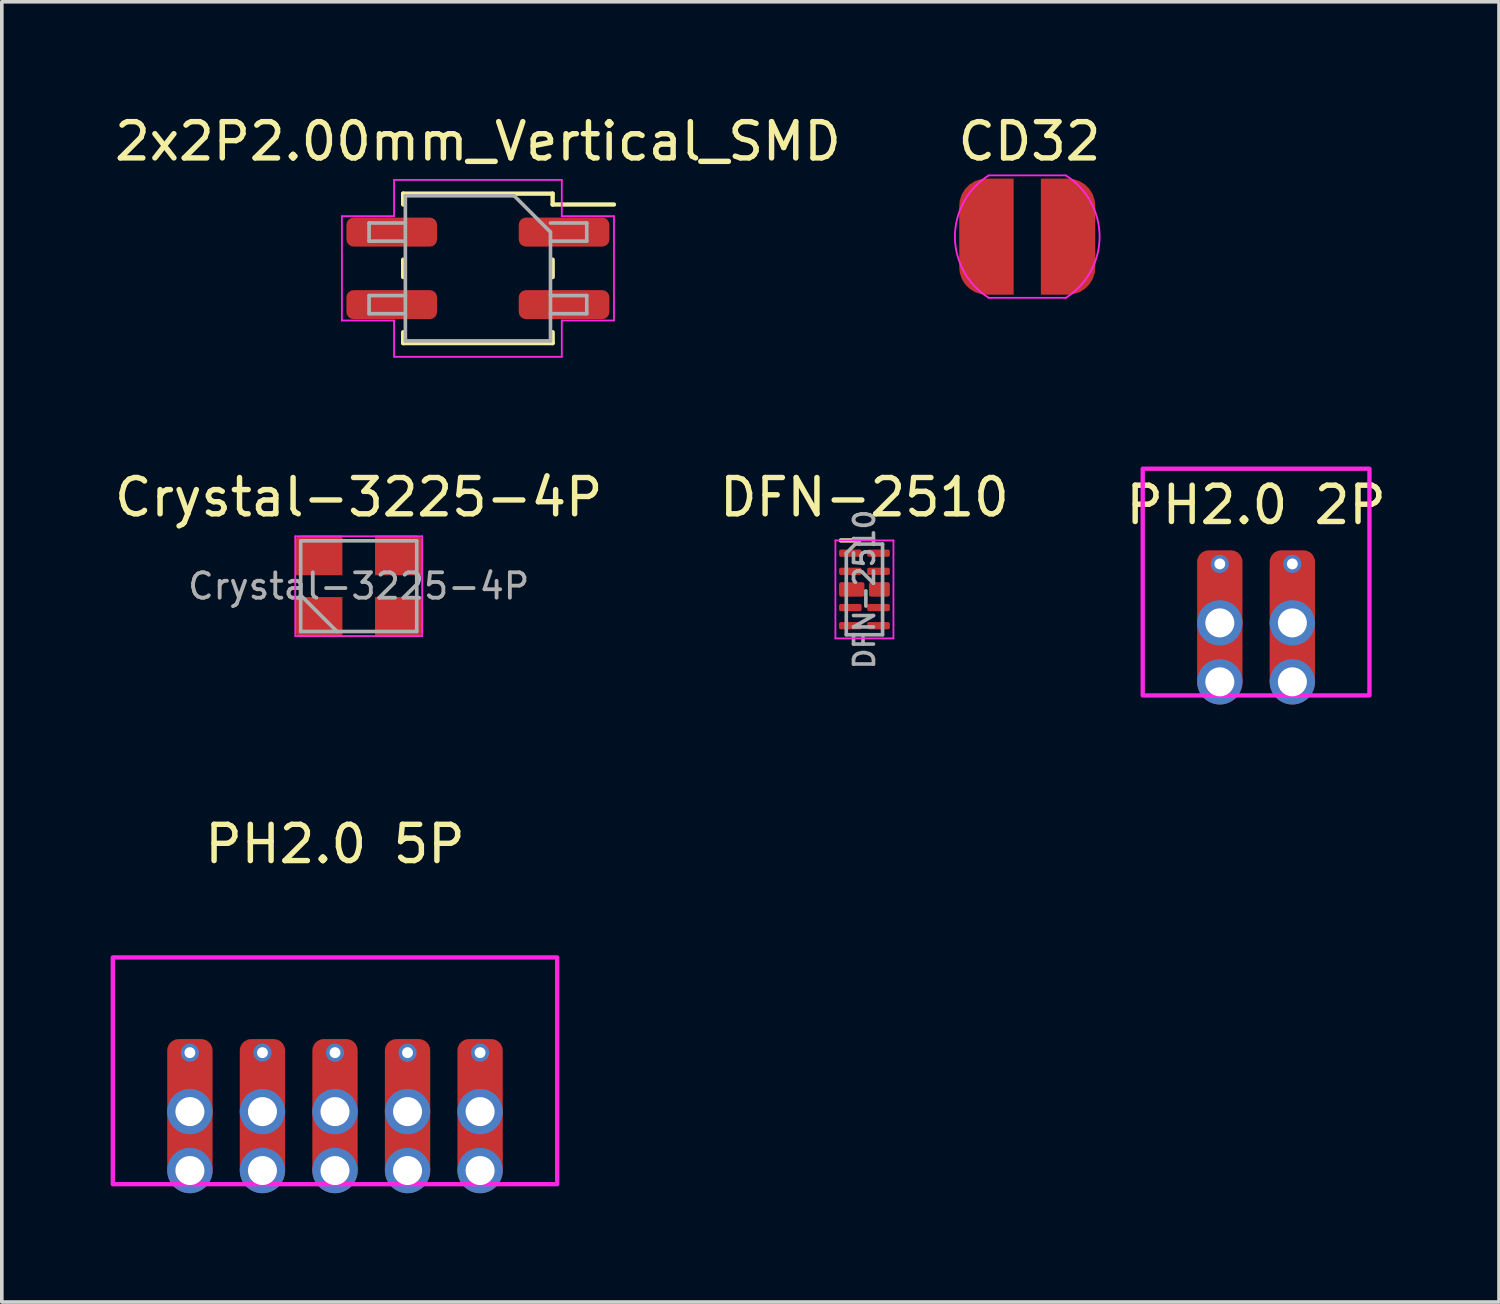
<source format=kicad_pcb>
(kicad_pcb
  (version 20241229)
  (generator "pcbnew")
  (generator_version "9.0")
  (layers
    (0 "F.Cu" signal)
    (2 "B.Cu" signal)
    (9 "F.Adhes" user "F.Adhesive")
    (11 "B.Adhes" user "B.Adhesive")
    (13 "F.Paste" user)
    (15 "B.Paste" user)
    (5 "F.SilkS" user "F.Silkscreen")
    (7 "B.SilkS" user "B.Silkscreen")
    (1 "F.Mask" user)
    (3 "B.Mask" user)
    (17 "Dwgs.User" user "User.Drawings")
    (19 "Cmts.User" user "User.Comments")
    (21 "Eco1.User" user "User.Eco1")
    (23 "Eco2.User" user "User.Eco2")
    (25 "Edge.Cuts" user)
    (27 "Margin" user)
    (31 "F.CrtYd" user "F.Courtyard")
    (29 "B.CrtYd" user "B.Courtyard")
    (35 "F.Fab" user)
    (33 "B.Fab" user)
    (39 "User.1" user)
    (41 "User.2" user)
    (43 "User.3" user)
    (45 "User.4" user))
  (footprint "PH2.0 5P"
    (layer "F.Cu")
    (at 6.185 29.219)
    (property "Reference" "PH2.0 5P" (at 0 -9 0) (unlocked yes) (layer "F.SilkS") (effects (font (size 1 1) (thickness 0.15))))
    (attr through_hole)
    (fp_rect (start -6.125 -5.875) (end 6.125 0.375) (stroke (width 0.12) (type default)) (fill no) (layer "F.CrtYd"))
    (pad "1" thru_hole circle (at -4 -3.25) (size 0.5 0.5) (drill 0.3) (property pad_prop_heatsink) (layers "*.Cu"))
    (pad "1" smd roundrect (at -4 -1.812) (size 1.25 3.625) (layers "F.Cu" "F.Mask") (roundrect_rratio 0.25) (chamfer_ratio 0) (chamfer bottom_left bottom_right))
    (pad "1" thru_hole circle (at -4 -1.625) (size 1.25 1.25) (drill 0.8) (layers "*.Cu" "*.Mask"))
    (pad "1" thru_hole circle (at -4 0) (size 1.25 1.25) (drill 0.8) (layers "*.Cu" "*.Mask"))
    (pad "2" thru_hole circle (at -2 -3.25) (size 0.5 0.5) (drill 0.3) (property pad_prop_heatsink) (layers "*.Cu"))
    (pad "2" smd roundrect (at -2 -1.812) (size 1.25 3.625) (layers "F.Cu" "F.Mask") (roundrect_rratio 0.25) (chamfer_ratio 0) (chamfer bottom_left bottom_right))
    (pad "2" thru_hole circle (at -2 -1.625) (size 1.25 1.25) (drill 0.8) (layers "*.Cu" "*.Mask"))
    (pad "2" thru_hole circle (at -2 0) (size 1.25 1.25) (drill 0.8) (layers "*.Cu" "*.Mask"))
    (pad "3" thru_hole circle (at 0 -3.25) (size 0.5 0.5) (drill 0.3) (property pad_prop_heatsink) (layers "*.Cu"))
    (pad "3" smd roundrect (at 0 -1.812) (size 1.25 3.625) (layers "F.Cu" "F.Mask") (roundrect_rratio 0.25) (chamfer_ratio 0) (chamfer bottom_left bottom_right))
    (pad "3" thru_hole circle (at 0 -1.625) (size 1.25 1.25) (drill 0.8) (layers "*.Cu" "*.Mask"))
    (pad "3" thru_hole circle (at 0 0) (size 1.25 1.25) (drill 0.8) (layers "*.Cu" "*.Mask"))
    (pad "4" thru_hole circle (at 2 -3.25) (size 0.5 0.5) (drill 0.3) (property pad_prop_heatsink) (layers "*.Cu"))
    (pad "4" smd roundrect (at 2 -1.812) (size 1.25 3.625) (layers "F.Cu" "F.Mask") (roundrect_rratio 0.25) (chamfer_ratio 0) (chamfer bottom_left bottom_right))
    (pad "4" thru_hole circle (at 2 -1.625) (size 1.25 1.25) (drill 0.8) (layers "*.Cu" "*.Mask"))
    (pad "4" thru_hole circle (at 2 0) (size 1.25 1.25) (drill 0.8) (layers "*.Cu" "*.Mask"))
    (pad "5" thru_hole circle (at 4 -3.25) (size 0.5 0.5) (drill 0.3) (property pad_prop_heatsink) (layers "*.Cu"))
    (pad "5" smd roundrect (at 4 -1.812) (size 1.25 3.625) (layers "F.Cu" "F.Mask") (roundrect_rratio 0.25) (chamfer_ratio 0) (chamfer bottom_left bottom_right))
    (pad "5" thru_hole circle (at 4 -1.625) (size 1.25 1.25) (drill 0.8) (layers "*.Cu" "*.Mask"))
    (pad "5" thru_hole circle (at 4 0) (size 1.25 1.25) (drill 0.8) (layers "*.Cu" "*.Mask")))
  (footprint "Crystal-3225-4P"
    (layer "F.Cu")
    (at 6.839 13.109)
    (property "Reference" "Crystal-3225-4P" (at 0 -2.45 0) (layer "F.SilkS") (effects (font (size 1 1) (thickness 0.15))))
    (attr smd)
    (fp_line (start -1.75 -1.375) (end -1.75 1.375) (stroke (width 0.05) (type solid)) (layer "F.CrtYd"))
    (fp_line (start -1.75 1.375) (end 1.75 1.375) (stroke (width 0.05) (type solid)) (layer "F.CrtYd"))
    (fp_line (start 1.75 -1.375) (end -1.75 -1.375) (stroke (width 0.05) (type solid)) (layer "F.CrtYd"))
    (fp_line (start 1.75 1.375) (end 1.75 -1.375) (stroke (width 0.05) (type solid)) (layer "F.CrtYd"))
    (fp_line (start -1.6 -1.25) (end -1.6 1.25) (stroke (width 0.1) (type solid)) (layer "F.Fab"))
    (fp_line (start -1.6 0.25) (end -0.6 1.25) (stroke (width 0.1) (type solid)) (layer "F.Fab"))
    (fp_line (start -1.6 1.25) (end 1.6 1.25) (stroke (width 0.1) (type solid)) (layer "F.Fab"))
    (fp_line (start 1.6 -1.25) (end -1.6 -1.25) (stroke (width 0.1) (type solid)) (layer "F.Fab"))
    (fp_line (start 1.6 1.25) (end 1.6 -1.25) (stroke (width 0.1) (type solid)) (layer "F.Fab"))
    (fp_text user "${REFERENCE}" (at 0 0 0) (layer "F.Fab") (effects (font (size 0.7 0.7) (thickness 0.105))))
    (pad "1" smd roundrect (at -1.1 0.85) (size 1.3 1.1) (layers "F.Cu" "F.Mask" "F.Paste") (roundrect_rratio 0.15) (chamfer_ratio 0) (chamfer top_left top_right bottom_right))
    (pad "2" smd roundrect (at 1.1 0.85) (size 1.3 1.1) (property pad_prop_heatsink) (layers "F.Cu" "F.Mask" "F.Paste") (roundrect_rratio 0.15) (chamfer_ratio 0) (chamfer top_left top_right bottom_left))
    (pad "3" smd roundrect (at 1.1 -0.85) (size 1.3 1.1) (layers "F.Cu" "F.Mask" "F.Paste") (roundrect_rratio 0.15) (chamfer_ratio 0) (chamfer top_left bottom_left bottom_right))
    (pad "4" smd roundrect (at -1.1 -0.85) (size 1.3 1.1) (property pad_prop_heatsink) (layers "F.Cu" "F.Mask" "F.Paste") (roundrect_rratio 0.15) (chamfer_ratio 0) (chamfer top_right bottom_left bottom_right)))
  (footprint "PH2.0 2P"
    (layer "F.Cu")
    (at 31.577 15.746)
    (property "Reference" "PH2.0 2P" (at 0 -4.875 0) (unlocked yes) (layer "F.SilkS") (effects (font (size 1 1) (thickness 0.15))))
    (attr through_hole)
    (fp_rect (start -3.125 0.375) (end 3.125 -5.875) (stroke (width 0.12) (type default)) (fill no) (layer "F.CrtYd"))
    (pad "1" thru_hole circle (at -1 -3.25) (size 0.5 0.5) (drill 0.3) (property pad_prop_heatsink) (layers "*.Cu"))
    (pad "1" smd roundrect (at -1 -1.812) (size 1.25 3.625) (layers "F.Cu" "F.Mask") (roundrect_rratio 0.25) (chamfer_ratio 0) (chamfer bottom_left bottom_right))
    (pad "1" thru_hole circle (at -1 -1.625) (size 1.25 1.25) (drill 0.8) (layers "*.Cu" "*.Mask"))
    (pad "1" thru_hole circle (at -1 0) (size 1.25 1.25) (drill 0.8) (layers "*.Cu" "*.Mask"))
    (pad "2" thru_hole circle (at 1 -3.25) (size 0.5 0.5) (drill 0.3) (property pad_prop_heatsink) (layers "*.Cu"))
    (pad "2" smd roundrect (at 1 -1.812) (size 1.25 3.625) (layers "F.Cu" "F.Mask") (roundrect_rratio 0.25) (chamfer_ratio 0) (chamfer bottom_left bottom_right))
    (pad "2" thru_hole circle (at 1 -1.625) (size 1.25 1.25) (drill 0.8) (layers "*.Cu" "*.Mask"))
    (pad "2" thru_hole circle (at 1 0) (size 1.25 1.25) (drill 0.8) (layers "*.Cu" "*.Mask")))
  (footprint "2x2P2.00mm_Vertical_SMD"
    (layer "F.Cu")
    (at 10.125 4.348)
    (property "Reference" "2x2P2.00mm_Vertical_SMD" (at 0 -3.5 0) (layer "F.SilkS") (effects (font (size 1 1) (thickness 0.15))))
    (attr smd)
    (fp_line (start -2.06 -2.06) (end -2.06 -1.76) (stroke (width 0.12) (type solid)) (layer "F.SilkS"))
    (fp_line (start -2.06 -2.06) (end 2.06 -2.06) (stroke (width 0.12) (type solid)) (layer "F.SilkS"))
    (fp_line (start -2.06 -0.24) (end -2.06 0.24) (stroke (width 0.12) (type solid)) (layer "F.SilkS"))
    (fp_line (start -2.06 1.76) (end -2.06 2.06) (stroke (width 0.12) (type solid)) (layer "F.SilkS"))
    (fp_line (start -2.06 2.06) (end 2.06 2.06) (stroke (width 0.12) (type solid)) (layer "F.SilkS"))
    (fp_line (start 2.06 -2.06) (end 2.06 -1.76) (stroke (width 0.12) (type solid)) (layer "F.SilkS"))
    (fp_line (start 2.06 -1.76) (end 3.75 -1.76) (stroke (width 0.12) (type solid)) (layer "F.SilkS"))
    (fp_line (start 2.06 -0.24) (end 2.06 0.24) (stroke (width 0.12) (type solid)) (layer "F.SilkS"))
    (fp_line (start 2.06 1.76) (end 2.06 2.06) (stroke (width 0.12) (type solid)) (layer "F.SilkS"))
    (fp_line (start -3.75 1.438) (end -3.75 -1.438) (stroke (width 0.05) (type default)) (layer "F.CrtYd"))
    (fp_line (start -2.312 -2.438) (end 2.312 -2.438) (stroke (width 0.05) (type default)) (layer "F.CrtYd"))
    (fp_line (start -2.312 -1.438) (end -3.75 -1.438) (stroke (width 0.05) (type default)) (layer "F.CrtYd"))
    (fp_line (start -2.312 -1.438) (end -2.312 -2.438) (stroke (width 0.05) (type default)) (layer "F.CrtYd"))
    (fp_line (start -2.312 1.438) (end -3.75 1.438) (stroke (width 0.05) (type default)) (layer "F.CrtYd"))
    (fp_line (start -2.312 2.438) (end -2.312 1.438) (stroke (width 0.05) (type default)) (layer "F.CrtYd"))
    (fp_line (start 2.312 -2.438) (end 2.312 -1.438) (stroke (width 0.05) (type default)) (layer "F.CrtYd"))
    (fp_line (start 2.312 -1.438) (end 3.75 -1.438) (stroke (width 0.05) (type default)) (layer "F.CrtYd"))
    (fp_line (start 2.312 1.438) (end 3.75 1.438) (stroke (width 0.05) (type default)) (layer "F.CrtYd"))
    (fp_line (start 2.312 2.438) (end -2.312 2.438) (stroke (width 0.05) (type default)) (layer "F.CrtYd"))
    (fp_line (start 2.312 2.438) (end 2.312 1.438) (stroke (width 0.05) (type default)) (layer "F.CrtYd"))
    (fp_line (start 3.75 -1.438) (end 3.75 1.438) (stroke (width 0.05) (type default)) (layer "F.CrtYd"))
    (fp_line (start -3 -1.25) (end -2 -1.25) (stroke (width 0.1) (type solid)) (layer "F.Fab"))
    (fp_line (start -3 -0.75) (end -3 -1.25) (stroke (width 0.1) (type solid)) (layer "F.Fab"))
    (fp_line (start -3 0.75) (end -2 0.75) (stroke (width 0.1) (type solid)) (layer "F.Fab"))
    (fp_line (start -3 1.25) (end -3 0.75) (stroke (width 0.1) (type solid)) (layer "F.Fab"))
    (fp_line (start -2 -2) (end 1 -2) (stroke (width 0.1) (type solid)) (layer "F.Fab"))
    (fp_line (start -2 -0.75) (end -3 -0.75) (stroke (width 0.1) (type solid)) (layer "F.Fab"))
    (fp_line (start -2 1.25) (end -3 1.25) (stroke (width 0.1) (type solid)) (layer "F.Fab"))
    (fp_line (start -2 2) (end -2 -2) (stroke (width 0.1) (type solid)) (layer "F.Fab"))
    (fp_line (start 1 -2) (end 2 -1) (stroke (width 0.1) (type solid)) (layer "F.Fab"))
    (fp_line (start 2 -1.25) (end 3 -1.25) (stroke (width 0.1) (type solid)) (layer "F.Fab"))
    (fp_line (start 2 -1) (end 2 2) (stroke (width 0.1) (type solid)) (layer "F.Fab"))
    (fp_line (start 2 0.75) (end 3 0.75) (stroke (width 0.1) (type solid)) (layer "F.Fab"))
    (fp_line (start 2 2) (end -2 2) (stroke (width 0.1) (type solid)) (layer "F.Fab"))
    (fp_line (start 3 -1.25) (end 3 -0.75) (stroke (width 0.1) (type solid)) (layer "F.Fab"))
    (fp_line (start 3 -0.75) (end 2 -0.75) (stroke (width 0.1) (type solid)) (layer "F.Fab"))
    (fp_line (start 3 0.75) (end 3 1.25) (stroke (width 0.1) (type solid)) (layer "F.Fab"))
    (fp_line (start 3 1.25) (end 2 1.25) (stroke (width 0.1) (type solid)) (layer "F.Fab"))
    (pad "1" smd roundrect (at 2.375 -1) (size 2.5 0.8) (layers "F.Cu" "F.Mask" "F.Paste") (roundrect_rratio 0.25))
    (pad "2" smd roundrect (at -2.375 -1) (size 2.5 0.8) (layers "F.Cu" "F.Mask" "F.Paste") (roundrect_rratio 0.25))
    (pad "3" smd roundrect (at 2.375 1) (size 2.5 0.8) (layers "F.Cu" "F.Mask" "F.Paste") (roundrect_rratio 0.25))
    (pad "4" smd roundrect (at -2.375 1) (size 2.5 0.8) (layers "F.Cu" "F.Mask" "F.Paste") (roundrect_rratio 0.25)))
  (footprint "CD32"
    (layer "F.Cu")
    (at 25.269 3.473)
    (property "Reference" "CD32" (at 0.062 -2.625 0) (layer "F.SilkS") (effects (font (size 1 1) (thickness 0.15))))
    (attr smd)
    (fp_line (start -1.062 -1.688) (end 1.062 -1.688) (stroke (width 0.05) (type default)) (layer "F.CrtYd"))
    (fp_line (start -1.062 1.688) (end 1.062 1.688) (stroke (width 0.05) (type default)) (layer "F.CrtYd"))
    (fp_arc (start -1.0625 1.6875) (mid -1.994132 0) (end -1.0625 -1.6875) (stroke (width 0.05) (type default)) (layer "F.CrtYd"))
    (fp_arc (start 1.0625 -1.6875) (mid 1.994132 0) (end 1.0625 1.6875) (stroke (width 0.05) (type default)) (layer "F.CrtYd"))
    (pad "1" smd roundrect (at 1.125 0 90) (size 3.2 1.5) (layers "F.Cu" "F.Mask" "F.Paste") (roundrect_rratio 0.5) (chamfer_ratio 0) (chamfer top_left top_right))
    (pad "2" smd roundrect (at -1.125 0 270) (size 3.2 1.5) (layers "F.Cu" "F.Mask" "F.Paste") (roundrect_rratio 0.5) (chamfer_ratio 0) (chamfer top_left top_right)))
  (footprint "DFN-2510"
    (layer "F.Cu")
    (at 20.78 13.199)
    (property "Reference" "DFN-2510" (at 0 -2.54 0) (layer "F.SilkS") (effects (font (size 1 1) (thickness 0.15))))
    (attr smd)
    (fp_line (start -0.15 -1.35) (end -0.65 -1.35) (stroke (width 0.12) (type solid)) (layer "F.SilkS"))
    (fp_line (start -0.8 -1.35) (end 0.8 -1.35) (stroke (width 0.05) (type solid)) (layer "F.CrtYd"))
    (fp_line (start -0.8 1.35) (end -0.8 -1.35) (stroke (width 0.05) (type solid)) (layer "F.CrtYd"))
    (fp_line (start 0.8 -1.35) (end 0.8 1.35) (stroke (width 0.05) (type solid)) (layer "F.CrtYd"))
    (fp_line (start 0.8 1.35) (end -0.8 1.35) (stroke (width 0.05) (type solid)) (layer "F.CrtYd"))
    (fp_line (start -0.5 -1) (end -0.5 1.25) (stroke (width 0.1) (type solid)) (layer "F.Fab"))
    (fp_line (start -0.5 1.25) (end 0.5 1.25) (stroke (width 0.1) (type solid)) (layer "F.Fab"))
    (fp_line (start -0.25 -1.25) (end -0.5 -1) (stroke (width 0.1) (type solid)) (layer "F.Fab"))
    (fp_line (start 0.5 -1.25) (end -0.25 -1.25) (stroke (width 0.1) (type solid)) (layer "F.Fab"))
    (fp_line (start 0.5 -1.25) (end 0.5 1.25) (stroke (width 0.1) (type solid)) (layer "F.Fab"))
    (fp_text user "${REFERENCE}" (at 0 0 90) (layer "F.Fab") (effects (font (size 0.55 0.55) (thickness 0.1))))
    (pad "1" smd roundrect (at -0.388 -1 270) (size 0.2 0.625) (layers "F.Cu" "F.Mask" "F.Paste") (roundrect_rratio 0.25))
    (pad "2" smd roundrect (at -0.388 -0.5 270) (size 0.2 0.625) (layers "F.Cu" "F.Mask" "F.Paste") (roundrect_rratio 0.25))
    (pad "3" smd roundrect (at -0.35 0 270) (size 0.4 0.7) (layers "F.Cu" "F.Mask" "F.Paste") (roundrect_rratio 0.15))
    (pad "4" smd roundrect (at -0.388 0.5 270) (size 0.2 0.625) (layers "F.Cu" "F.Mask" "F.Paste") (roundrect_rratio 0.25))
    (pad "5" smd roundrect (at -0.388 1 270) (size 0.2 0.625) (layers "F.Cu" "F.Mask" "F.Paste") (roundrect_rratio 0.25))
    (pad "6" smd roundrect (at 0.388 1 270) (size 0.2 0.625) (layers "F.Cu" "F.Mask" "F.Paste") (roundrect_rratio 0.25))
    (pad "7" smd roundrect (at 0.388 0.5 270) (size 0.2 0.625) (layers "F.Cu" "F.Mask" "F.Paste") (roundrect_rratio 0.25))
    (pad "8" smd roundrect (at 0.412 0 270) (size 0.4 0.575) (layers "F.Cu" "F.Mask" "F.Paste") (roundrect_rratio 0.15))
    (pad "9" smd roundrect (at 0.388 -0.5 270) (size 0.2 0.625) (layers "F.Cu" "F.Mask" "F.Paste") (roundrect_rratio 0.25))
    (pad "10" smd roundrect (at 0.388 -1 270) (size 0.2 0.625) (layers "F.Cu" "F.Mask" "F.Paste") (roundrect_rratio 0.25)))
  (gr_rect
    (start -3 -3)
    (end 38.274 32.844)
    (stroke (width 0.1) (type default))
    (fill no)
    (layer "Edge.Cuts")))
</source>
